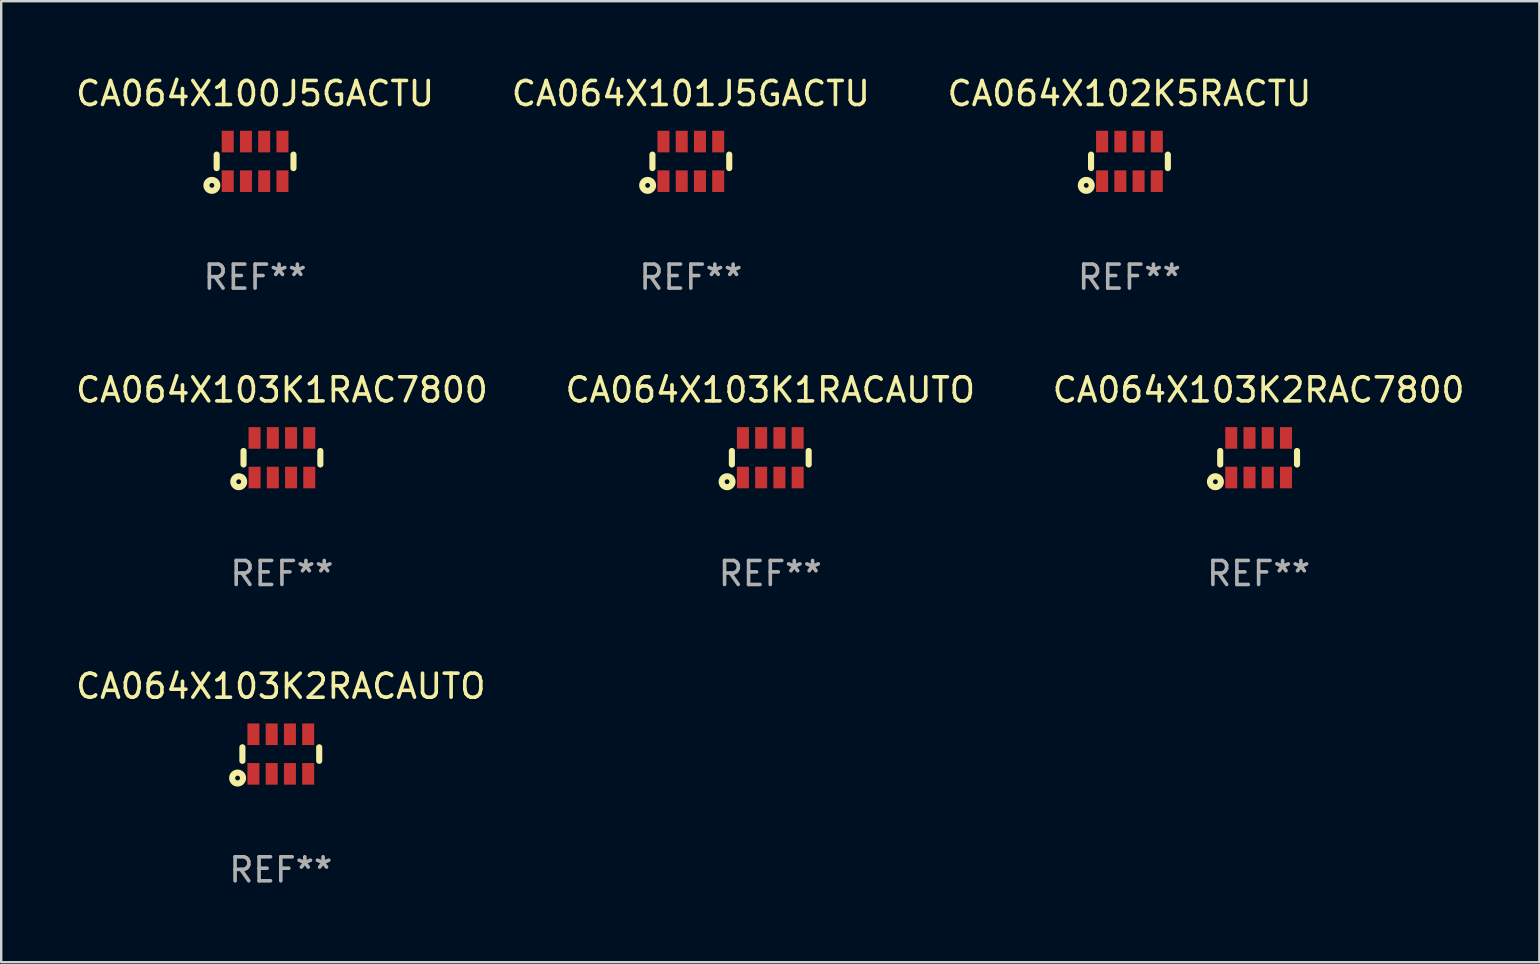
<source format=kicad_pcb>
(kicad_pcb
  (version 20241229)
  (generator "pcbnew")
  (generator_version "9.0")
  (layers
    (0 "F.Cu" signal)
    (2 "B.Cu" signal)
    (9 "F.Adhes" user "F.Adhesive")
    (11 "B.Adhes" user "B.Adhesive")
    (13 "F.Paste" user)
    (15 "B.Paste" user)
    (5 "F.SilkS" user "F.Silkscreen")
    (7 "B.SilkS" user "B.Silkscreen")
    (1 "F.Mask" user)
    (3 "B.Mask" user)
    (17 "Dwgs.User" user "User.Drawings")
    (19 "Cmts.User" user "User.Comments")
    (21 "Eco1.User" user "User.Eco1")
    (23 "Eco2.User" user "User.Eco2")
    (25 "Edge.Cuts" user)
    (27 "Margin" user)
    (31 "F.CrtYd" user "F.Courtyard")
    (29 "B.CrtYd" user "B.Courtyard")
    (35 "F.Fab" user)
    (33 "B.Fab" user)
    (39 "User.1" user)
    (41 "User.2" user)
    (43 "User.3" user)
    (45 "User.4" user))
  (footprint "CA064X103K1RACAUTO"
    (layer "F.Cu")
    (at 29.042 16.02)
    (property "Reference" "CA064X103K1RACAUTO" (at 0 -2.825 0) (layer "F.SilkS") (effects (font (size 1 1) (thickness 0.15))))
    (attr through_hole)
    (fp_line (start -1.6 -0.282) (end -1.6 0.282) (stroke (width 0.254) (type solid)) (layer "F.SilkS"))
    (fp_line (start 1.6 -0.282) (end 1.6 0.282) (stroke (width 0.254) (type solid)) (layer "F.SilkS"))
    (fp_circle (center -1.8 1) (end -1.7 1) (stroke (width 0.254) (type solid)) (fill no) (layer "F.SilkS"))
    (fp_circle (center -1.6 0.8) (end -1.57 0.8) (stroke (width 0.06) (type solid)) (fill no) (layer "F.SilkS"))
    (fp_text user "REF**" (at 0 4.825 0) (layer "F.Fab") (effects (font (size 1 1) (thickness 0.15))))
    (pad "1" smd rect (at -1.14 0.825 90) (size 0.9 0.5) (layers "F.Cu" "F.Mask" "F.Paste"))
    (pad "2" smd rect (at -0.38 0.825 90) (size 0.9 0.5) (layers "F.Cu" "F.Mask" "F.Paste"))
    (pad "3" smd rect (at 0.38 0.825 90) (size 0.9 0.5) (layers "F.Cu" "F.Mask" "F.Paste"))
    (pad "4" smd rect (at 1.14 0.825 90) (size 0.9 0.5) (layers "F.Cu" "F.Mask" "F.Paste"))
    (pad "5" smd rect (at 1.14 -0.825 90) (size 0.9 0.5) (layers "F.Cu" "F.Mask" "F.Paste"))
    (pad "6" smd rect (at 0.38 -0.825 90) (size 0.9 0.5) (layers "F.Cu" "F.Mask" "F.Paste"))
    (pad "7" smd rect (at -0.38 -0.825 90) (size 0.9 0.5) (layers "F.Cu" "F.Mask" "F.Paste"))
    (pad "8" smd rect (at -1.14 -0.825 90) (size 0.9 0.5) (layers "F.Cu" "F.Mask" "F.Paste")))
  (footprint "CA064X100J5GACTU"
    (layer "F.Cu")
    (at 7.577 3.673)
    (property "Reference" "CA064X100J5GACTU" (at 0 -2.825 0) (layer "F.SilkS") (effects (font (size 1 1) (thickness 0.15))))
    (attr through_hole)
    (fp_line (start -1.6 -0.282) (end -1.6 0.282) (stroke (width 0.254) (type solid)) (layer "F.SilkS"))
    (fp_line (start 1.6 -0.282) (end 1.6 0.282) (stroke (width 0.254) (type solid)) (layer "F.SilkS"))
    (fp_circle (center -1.8 1) (end -1.7 1) (stroke (width 0.254) (type solid)) (fill no) (layer "F.SilkS"))
    (fp_circle (center -1.6 0.8) (end -1.57 0.8) (stroke (width 0.06) (type solid)) (fill no) (layer "F.SilkS"))
    (fp_text user "REF**" (at 0 4.825 0) (layer "F.Fab") (effects (font (size 1 1) (thickness 0.15))))
    (pad "1" smd rect (at -1.14 0.825 90) (size 0.9 0.5) (layers "F.Cu" "F.Mask" "F.Paste"))
    (pad "2" smd rect (at -0.38 0.825 90) (size 0.9 0.5) (layers "F.Cu" "F.Mask" "F.Paste"))
    (pad "3" smd rect (at 0.38 0.825 90) (size 0.9 0.5) (layers "F.Cu" "F.Mask" "F.Paste"))
    (pad "4" smd rect (at 1.14 0.825 90) (size 0.9 0.5) (layers "F.Cu" "F.Mask" "F.Paste"))
    (pad "5" smd rect (at 1.14 -0.825 90) (size 0.9 0.5) (layers "F.Cu" "F.Mask" "F.Paste"))
    (pad "6" smd rect (at 0.38 -0.825 90) (size 0.9 0.5) (layers "F.Cu" "F.Mask" "F.Paste"))
    (pad "7" smd rect (at -0.38 -0.825 90) (size 0.9 0.5) (layers "F.Cu" "F.Mask" "F.Paste"))
    (pad "8" smd rect (at -1.14 -0.825 90) (size 0.9 0.5) (layers "F.Cu" "F.Mask" "F.Paste")))
  (footprint "CA064X103K2RACAUTO"
    (layer "F.Cu")
    (at 8.649 28.366)
    (property "Reference" "CA064X103K2RACAUTO" (at 0 -2.825 0) (layer "F.SilkS") (effects (font (size 1 1) (thickness 0.15))))
    (attr through_hole)
    (fp_line (start -1.6 -0.282) (end -1.6 0.282) (stroke (width 0.254) (type solid)) (layer "F.SilkS"))
    (fp_line (start 1.6 -0.282) (end 1.6 0.282) (stroke (width 0.254) (type solid)) (layer "F.SilkS"))
    (fp_circle (center -1.8 1) (end -1.7 1) (stroke (width 0.254) (type solid)) (fill no) (layer "F.SilkS"))
    (fp_circle (center -1.6 0.8) (end -1.57 0.8) (stroke (width 0.06) (type solid)) (fill no) (layer "F.SilkS"))
    (fp_text user "REF**" (at 0 4.825 0) (layer "F.Fab") (effects (font (size 1 1) (thickness 0.15))))
    (pad "1" smd rect (at -1.14 0.825 90) (size 0.9 0.5) (layers "F.Cu" "F.Mask" "F.Paste"))
    (pad "2" smd rect (at -0.38 0.825 90) (size 0.9 0.5) (layers "F.Cu" "F.Mask" "F.Paste"))
    (pad "3" smd rect (at 0.38 0.825 90) (size 0.9 0.5) (layers "F.Cu" "F.Mask" "F.Paste"))
    (pad "4" smd rect (at 1.14 0.825 90) (size 0.9 0.5) (layers "F.Cu" "F.Mask" "F.Paste"))
    (pad "5" smd rect (at 1.14 -0.825 90) (size 0.9 0.5) (layers "F.Cu" "F.Mask" "F.Paste"))
    (pad "6" smd rect (at 0.38 -0.825 90) (size 0.9 0.5) (layers "F.Cu" "F.Mask" "F.Paste"))
    (pad "7" smd rect (at -0.38 -0.825 90) (size 0.9 0.5) (layers "F.Cu" "F.Mask" "F.Paste"))
    (pad "8" smd rect (at -1.14 -0.825 90) (size 0.9 0.5) (layers "F.Cu" "F.Mask" "F.Paste")))
  (footprint "CA064X103K1RAC7800"
    (layer "F.Cu")
    (at 8.696 16.02)
    (property "Reference" "CA064X103K1RAC7800" (at 0 -2.825 0) (layer "F.SilkS") (effects (font (size 1 1) (thickness 0.15))))
    (attr through_hole)
    (fp_line (start -1.6 -0.282) (end -1.6 0.282) (stroke (width 0.254) (type solid)) (layer "F.SilkS"))
    (fp_line (start 1.6 -0.282) (end 1.6 0.282) (stroke (width 0.254) (type solid)) (layer "F.SilkS"))
    (fp_circle (center -1.8 1) (end -1.7 1) (stroke (width 0.254) (type solid)) (fill no) (layer "F.SilkS"))
    (fp_circle (center -1.6 0.8) (end -1.57 0.8) (stroke (width 0.06) (type solid)) (fill no) (layer "F.SilkS"))
    (fp_text user "REF**" (at 0 4.825 0) (layer "F.Fab") (effects (font (size 1 1) (thickness 0.15))))
    (pad "1" smd rect (at -1.14 0.825 90) (size 0.9 0.5) (layers "F.Cu" "F.Mask" "F.Paste"))
    (pad "2" smd rect (at -0.38 0.825 90) (size 0.9 0.5) (layers "F.Cu" "F.Mask" "F.Paste"))
    (pad "3" smd rect (at 0.38 0.825 90) (size 0.9 0.5) (layers "F.Cu" "F.Mask" "F.Paste"))
    (pad "4" smd rect (at 1.14 0.825 90) (size 0.9 0.5) (layers "F.Cu" "F.Mask" "F.Paste"))
    (pad "5" smd rect (at 1.14 -0.825 90) (size 0.9 0.5) (layers "F.Cu" "F.Mask" "F.Paste"))
    (pad "6" smd rect (at 0.38 -0.825 90) (size 0.9 0.5) (layers "F.Cu" "F.Mask" "F.Paste"))
    (pad "7" smd rect (at -0.38 -0.825 90) (size 0.9 0.5) (layers "F.Cu" "F.Mask" "F.Paste"))
    (pad "8" smd rect (at -1.14 -0.825 90) (size 0.9 0.5) (layers "F.Cu" "F.Mask" "F.Paste")))
  (footprint "CA064X102K5RACTU"
    (layer "F.Cu")
    (at 44.006 3.673)
    (property "Reference" "CA064X102K5RACTU" (at 0 -2.825 0) (layer "F.SilkS") (effects (font (size 1 1) (thickness 0.15))))
    (attr through_hole)
    (fp_line (start -1.6 -0.282) (end -1.6 0.282) (stroke (width 0.254) (type solid)) (layer "F.SilkS"))
    (fp_line (start 1.6 -0.282) (end 1.6 0.282) (stroke (width 0.254) (type solid)) (layer "F.SilkS"))
    (fp_circle (center -1.8 1) (end -1.7 1) (stroke (width 0.254) (type solid)) (fill no) (layer "F.SilkS"))
    (fp_circle (center -1.6 0.8) (end -1.57 0.8) (stroke (width 0.06) (type solid)) (fill no) (layer "F.SilkS"))
    (fp_text user "REF**" (at 0 4.825 0) (layer "F.Fab") (effects (font (size 1 1) (thickness 0.15))))
    (pad "1" smd rect (at -1.14 0.825 90) (size 0.9 0.5) (layers "F.Cu" "F.Mask" "F.Paste"))
    (pad "2" smd rect (at -0.38 0.825 90) (size 0.9 0.5) (layers "F.Cu" "F.Mask" "F.Paste"))
    (pad "3" smd rect (at 0.38 0.825 90) (size 0.9 0.5) (layers "F.Cu" "F.Mask" "F.Paste"))
    (pad "4" smd rect (at 1.14 0.825 90) (size 0.9 0.5) (layers "F.Cu" "F.Mask" "F.Paste"))
    (pad "5" smd rect (at 1.14 -0.825 90) (size 0.9 0.5) (layers "F.Cu" "F.Mask" "F.Paste"))
    (pad "6" smd rect (at 0.38 -0.825 90) (size 0.9 0.5) (layers "F.Cu" "F.Mask" "F.Paste"))
    (pad "7" smd rect (at -0.38 -0.825 90) (size 0.9 0.5) (layers "F.Cu" "F.Mask" "F.Paste"))
    (pad "8" smd rect (at -1.14 -0.825 90) (size 0.9 0.5) (layers "F.Cu" "F.Mask" "F.Paste")))
  (footprint "CA064X103K2RAC7800"
    (layer "F.Cu")
    (at 49.387 16.02)
    (property "Reference" "CA064X103K2RAC7800" (at 0 -2.825 0) (layer "F.SilkS") (effects (font (size 1 1) (thickness 0.15))))
    (attr through_hole)
    (fp_line (start -1.6 -0.282) (end -1.6 0.282) (stroke (width 0.254) (type solid)) (layer "F.SilkS"))
    (fp_line (start 1.6 -0.282) (end 1.6 0.282) (stroke (width 0.254) (type solid)) (layer "F.SilkS"))
    (fp_circle (center -1.8 1) (end -1.7 1) (stroke (width 0.254) (type solid)) (fill no) (layer "F.SilkS"))
    (fp_circle (center -1.6 0.8) (end -1.57 0.8) (stroke (width 0.06) (type solid)) (fill no) (layer "F.SilkS"))
    (fp_text user "REF**" (at 0 4.825 0) (layer "F.Fab") (effects (font (size 1 1) (thickness 0.15))))
    (pad "1" smd rect (at -1.14 0.825 90) (size 0.9 0.5) (layers "F.Cu" "F.Mask" "F.Paste"))
    (pad "2" smd rect (at -0.38 0.825 90) (size 0.9 0.5) (layers "F.Cu" "F.Mask" "F.Paste"))
    (pad "3" smd rect (at 0.38 0.825 90) (size 0.9 0.5) (layers "F.Cu" "F.Mask" "F.Paste"))
    (pad "4" smd rect (at 1.14 0.825 90) (size 0.9 0.5) (layers "F.Cu" "F.Mask" "F.Paste"))
    (pad "5" smd rect (at 1.14 -0.825 90) (size 0.9 0.5) (layers "F.Cu" "F.Mask" "F.Paste"))
    (pad "6" smd rect (at 0.38 -0.825 90) (size 0.9 0.5) (layers "F.Cu" "F.Mask" "F.Paste"))
    (pad "7" smd rect (at -0.38 -0.825 90) (size 0.9 0.5) (layers "F.Cu" "F.Mask" "F.Paste"))
    (pad "8" smd rect (at -1.14 -0.825 90) (size 0.9 0.5) (layers "F.Cu" "F.Mask" "F.Paste")))
  (footprint "CA064X101J5GACTU"
    (layer "F.Cu")
    (at 25.732 3.673)
    (property "Reference" "CA064X101J5GACTU" (at 0 -2.825 0) (layer "F.SilkS") (effects (font (size 1 1) (thickness 0.15))))
    (attr through_hole)
    (fp_line (start -1.6 -0.282) (end -1.6 0.282) (stroke (width 0.254) (type solid)) (layer "F.SilkS"))
    (fp_line (start 1.6 -0.282) (end 1.6 0.282) (stroke (width 0.254) (type solid)) (layer "F.SilkS"))
    (fp_circle (center -1.8 1) (end -1.7 1) (stroke (width 0.254) (type solid)) (fill no) (layer "F.SilkS"))
    (fp_circle (center -1.6 0.8) (end -1.57 0.8) (stroke (width 0.06) (type solid)) (fill no) (layer "F.SilkS"))
    (fp_text user "REF**" (at 0 4.825 0) (layer "F.Fab") (effects (font (size 1 1) (thickness 0.15))))
    (pad "1" smd rect (at -1.14 0.825 90) (size 0.9 0.5) (layers "F.Cu" "F.Mask" "F.Paste"))
    (pad "2" smd rect (at -0.38 0.825 90) (size 0.9 0.5) (layers "F.Cu" "F.Mask" "F.Paste"))
    (pad "3" smd rect (at 0.38 0.825 90) (size 0.9 0.5) (layers "F.Cu" "F.Mask" "F.Paste"))
    (pad "4" smd rect (at 1.14 0.825 90) (size 0.9 0.5) (layers "F.Cu" "F.Mask" "F.Paste"))
    (pad "5" smd rect (at 1.14 -0.825 90) (size 0.9 0.5) (layers "F.Cu" "F.Mask" "F.Paste"))
    (pad "6" smd rect (at 0.38 -0.825 90) (size 0.9 0.5) (layers "F.Cu" "F.Mask" "F.Paste"))
    (pad "7" smd rect (at -0.38 -0.825 90) (size 0.9 0.5) (layers "F.Cu" "F.Mask" "F.Paste"))
    (pad "8" smd rect (at -1.14 -0.825 90) (size 0.9 0.5) (layers "F.Cu" "F.Mask" "F.Paste")))
  (gr_rect
    (start -3 -3)
    (end 61.083 37.039)
    (stroke (width 0.1) (type default))
    (fill no)
    (layer "Edge.Cuts")))
</source>
